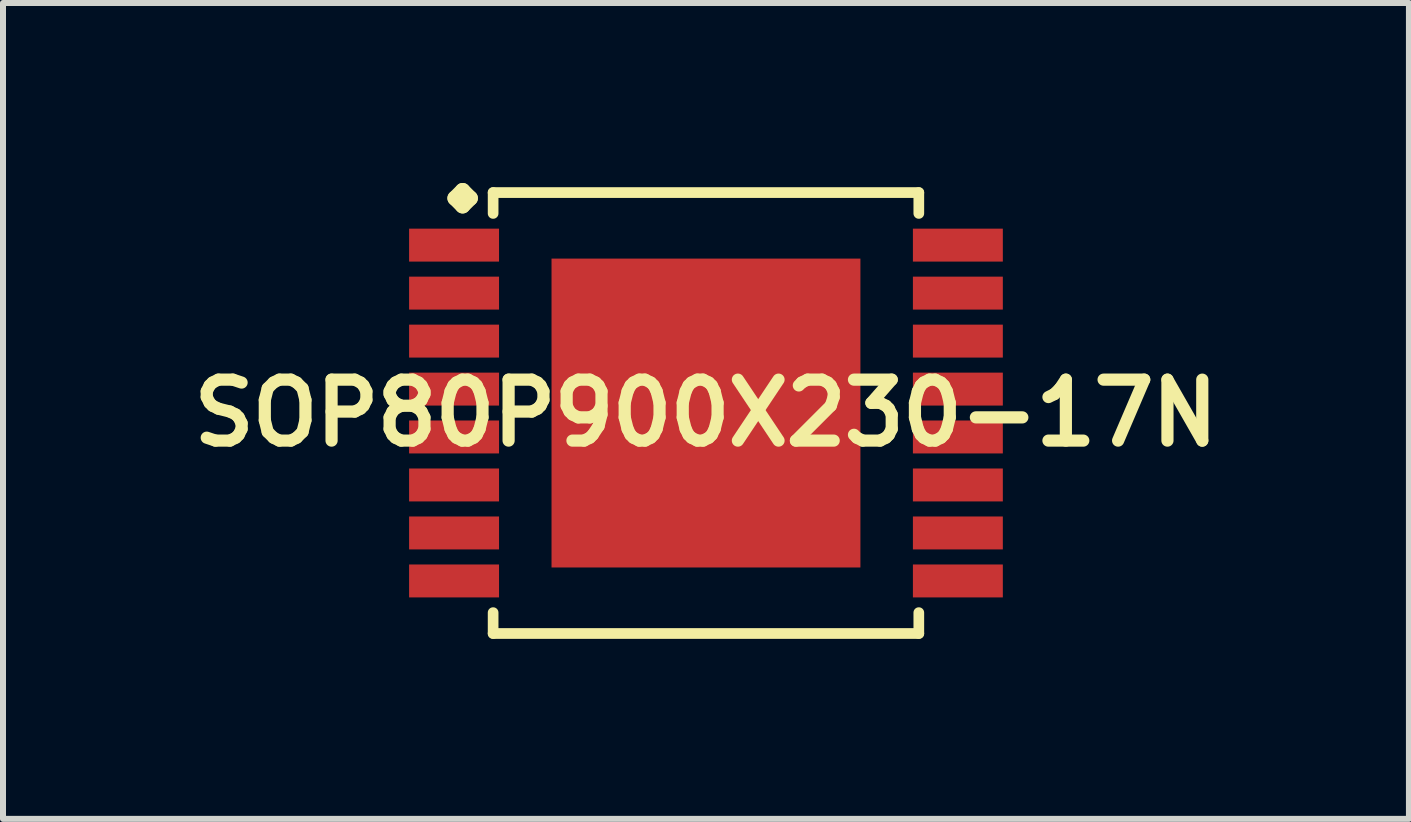
<source format=kicad_pcb>
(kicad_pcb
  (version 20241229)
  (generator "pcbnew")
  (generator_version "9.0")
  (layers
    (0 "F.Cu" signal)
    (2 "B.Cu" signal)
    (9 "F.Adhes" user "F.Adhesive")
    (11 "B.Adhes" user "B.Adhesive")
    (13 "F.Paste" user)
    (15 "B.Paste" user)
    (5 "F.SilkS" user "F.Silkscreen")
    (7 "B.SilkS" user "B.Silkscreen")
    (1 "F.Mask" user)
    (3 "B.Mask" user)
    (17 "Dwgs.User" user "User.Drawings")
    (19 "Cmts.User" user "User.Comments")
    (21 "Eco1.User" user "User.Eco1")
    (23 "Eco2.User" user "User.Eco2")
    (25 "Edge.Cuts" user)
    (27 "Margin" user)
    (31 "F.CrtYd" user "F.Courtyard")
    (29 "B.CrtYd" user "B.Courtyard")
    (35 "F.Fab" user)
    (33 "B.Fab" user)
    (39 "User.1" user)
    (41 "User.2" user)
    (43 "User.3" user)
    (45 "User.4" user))
  (footprint "SOP80P900X230-17N"
    (layer "F.Cu")
    (at 8.718 3.835)
    (property "Reference" "SOP80P900X230-17N" (at 0 0 0) (layer "F.SilkS") (effects (font (size 1.016 1.016) (thickness 0.203))))
    (attr smd)
    (fp_line (start -4.183 -3.581) (end -4.056 -3.708) (stroke (width 0.254) (type solid)) (layer "F.SilkS"))
    (fp_line (start -4.056 -3.708) (end -3.929 -3.581) (stroke (width 0.254) (type solid)) (layer "F.SilkS"))
    (fp_line (start -4.056 -3.454) (end -4.183 -3.581) (stroke (width 0.254) (type solid)) (layer "F.SilkS"))
    (fp_line (start -3.929 -3.581) (end -4.056 -3.454) (stroke (width 0.254) (type solid)) (layer "F.SilkS"))
    (fp_line (start -3.548 -3.675) (end 3.548 -3.675) (stroke (width 0.178) (type solid)) (layer "F.SilkS"))
    (fp_line (start -3.548 -3.327) (end -3.548 -3.675) (stroke (width 0.178) (type solid)) (layer "F.SilkS"))
    (fp_line (start -3.548 3.327) (end -3.548 3.675) (stroke (width 0.178) (type solid)) (layer "F.SilkS"))
    (fp_line (start -3.548 3.675) (end 3.548 3.675) (stroke (width 0.178) (type solid)) (layer "F.SilkS"))
    (fp_line (start 3.548 -3.675) (end 3.548 -3.327) (stroke (width 0.178) (type solid)) (layer "F.SilkS"))
    (fp_line (start 3.548 3.675) (end 3.548 3.327) (stroke (width 0.178) (type solid)) (layer "F.SilkS"))
    (pad "1" smd rect (at -4.199 -2.799) (size 1.499 0.549) (layers "F.Cu" "F.Mask" "F.Paste"))
    (pad "2" smd rect (at -4.199 -1.999) (size 1.499 0.549) (layers "F.Cu" "F.Mask" "F.Paste"))
    (pad "3" smd rect (at -4.199 -1.199) (size 1.499 0.549) (layers "F.Cu" "F.Mask" "F.Paste"))
    (pad "4" smd rect (at -4.199 -0.399) (size 1.499 0.549) (layers "F.Cu" "F.Mask" "F.Paste"))
    (pad "5" smd rect (at -4.199 0.399) (size 1.499 0.549) (layers "F.Cu" "F.Mask" "F.Paste"))
    (pad "6" smd rect (at -4.199 1.199) (size 1.499 0.549) (layers "F.Cu" "F.Mask" "F.Paste"))
    (pad "7" smd rect (at -4.199 1.999) (size 1.499 0.549) (layers "F.Cu" "F.Mask" "F.Paste"))
    (pad "8" smd rect (at -4.199 2.799) (size 1.499 0.549) (layers "F.Cu" "F.Mask" "F.Paste"))
    (pad "9" smd rect (at 4.199 2.799) (size 1.499 0.549) (layers "F.Cu" "F.Mask" "F.Paste"))
    (pad "10" smd rect (at 4.199 1.999) (size 1.499 0.549) (layers "F.Cu" "F.Mask" "F.Paste"))
    (pad "11" smd rect (at 4.199 1.199) (size 1.499 0.549) (layers "F.Cu" "F.Mask" "F.Paste"))
    (pad "12" smd rect (at 4.199 0.399) (size 1.499 0.549) (layers "F.Cu" "F.Mask" "F.Paste"))
    (pad "13" smd rect (at 4.199 -0.399) (size 1.499 0.549) (layers "F.Cu" "F.Mask" "F.Paste"))
    (pad "14" smd rect (at 4.199 -1.199) (size 1.499 0.549) (layers "F.Cu" "F.Mask" "F.Paste"))
    (pad "15" smd rect (at 4.199 -1.999) (size 1.499 0.549) (layers "F.Cu" "F.Mask" "F.Paste"))
    (pad "16" smd rect (at 4.199 -2.799) (size 1.499 0.549) (layers "F.Cu" "F.Mask" "F.Paste"))
    (pad "17" smd rect (at 0 0) (size 5.149 5.149) (layers "F.Cu" "F.Mask" "F.Paste")))
  (gr_rect
    (start -3 -3)
    (end 20.436 10.6)
    (stroke (width 0.1) (type default))
    (fill no)
    (layer "Edge.Cuts")))
</source>
